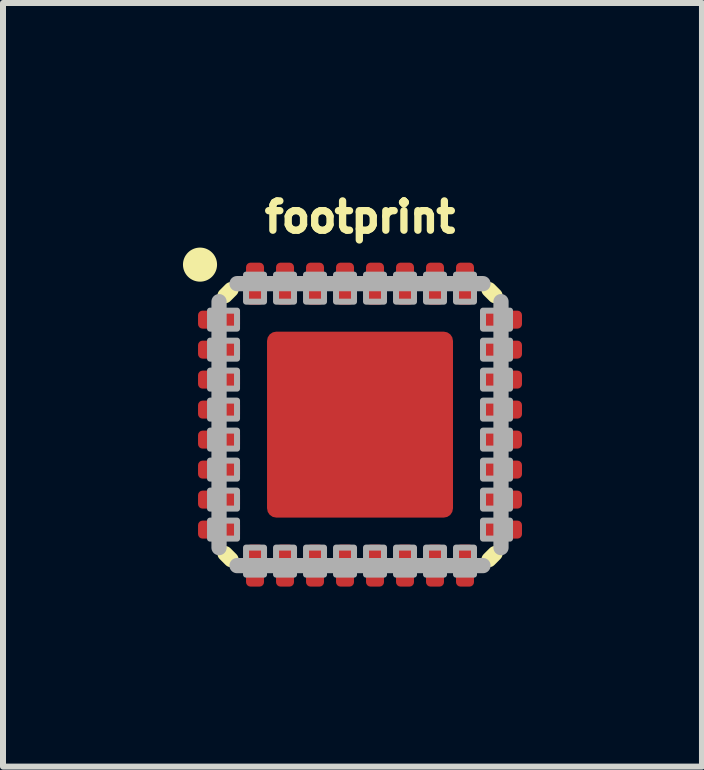
<source format=kicad_pcb>
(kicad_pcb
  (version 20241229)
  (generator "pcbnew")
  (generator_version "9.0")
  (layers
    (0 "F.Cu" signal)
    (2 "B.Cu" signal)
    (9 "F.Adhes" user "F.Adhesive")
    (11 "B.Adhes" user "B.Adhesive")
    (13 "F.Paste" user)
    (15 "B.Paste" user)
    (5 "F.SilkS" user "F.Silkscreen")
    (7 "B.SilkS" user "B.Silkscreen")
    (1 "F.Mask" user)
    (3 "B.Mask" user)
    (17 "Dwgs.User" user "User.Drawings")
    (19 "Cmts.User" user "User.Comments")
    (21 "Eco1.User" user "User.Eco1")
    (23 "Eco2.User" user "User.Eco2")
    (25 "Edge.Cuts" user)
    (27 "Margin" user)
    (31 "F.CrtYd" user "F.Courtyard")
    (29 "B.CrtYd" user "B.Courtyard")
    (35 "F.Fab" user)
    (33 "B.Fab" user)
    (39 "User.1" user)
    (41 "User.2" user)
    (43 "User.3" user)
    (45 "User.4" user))
  (footprint "footprint"
    (layer "F.Cu")
    (at 2.951 4.028)
    (property "Reference" "footprint" (at 0 -3.175 0) (layer "F.SilkS") (effects (font (size 0.488 0.488) (thickness 0.122)) (justify bottom)))
    (fp_line (start -2.25 -2.15) (end -2.15 -2.25) (stroke (width 0.254) (type solid)) (layer "F.SilkS"))
    (fp_line (start -2.15 2.25) (end -2.25 2.15) (stroke (width 0.254) (type solid)) (layer "F.SilkS"))
    (fp_line (start 2.15 -2.25) (end 2.25 -2.15) (stroke (width 0.254) (type solid)) (layer "F.SilkS"))
    (fp_line (start 2.25 2.15) (end 2.15 2.25) (stroke (width 0.254) (type solid)) (layer "F.SilkS"))
    (fp_circle (center -2.667 -2.667) (end -2.525 -2.667) (stroke (width 0.284) (type solid)) (fill yes) (layer "F.SilkS"))
    (fp_poly (pts (xy -1.27 1.27) (xy 1.27 1.27) (xy 1.27 -1.27) (xy -1.27 -1.27)) (stroke (width 0) (type solid)) (fill yes) (layer "F.Paste"))
    (fp_line (start -2.35 2.05) (end -2.35 -2.05) (stroke (width 0.254) (type solid)) (layer "F.Fab"))
    (fp_line (start -2.05 -2.35) (end 2.05 -2.35) (stroke (width 0.254) (type solid)) (layer "F.Fab"))
    (fp_line (start 2.05 2.35) (end -2.05 2.35) (stroke (width 0.254) (type solid)) (layer "F.Fab"))
    (fp_line (start 2.35 -2.05) (end 2.35 2.05) (stroke (width 0.254) (type solid)) (layer "F.Fab"))
    (fp_poly (pts (xy -2.5 -1.6) (xy -2.05 -1.6) (xy -2.05 -1.9) (xy -2.5 -1.9)) (stroke (width 0.1) (type solid)) (fill no) (layer "F.Fab"))
    (fp_poly (pts (xy -2.5 -1.1) (xy -2.05 -1.1) (xy -2.05 -1.4) (xy -2.5 -1.4)) (stroke (width 0.1) (type solid)) (fill no) (layer "F.Fab"))
    (fp_poly (pts (xy -2.5 -0.6) (xy -2.05 -0.6) (xy -2.05 -0.9) (xy -2.5 -0.9)) (stroke (width 0.1) (type solid)) (fill no) (layer "F.Fab"))
    (fp_poly (pts (xy -2.5 -0.1) (xy -2.05 -0.1) (xy -2.05 -0.4) (xy -2.5 -0.4)) (stroke (width 0.1) (type solid)) (fill no) (layer "F.Fab"))
    (fp_poly (pts (xy -2.5 0.4) (xy -2.05 0.4) (xy -2.05 0.1) (xy -2.5 0.1)) (stroke (width 0.1) (type solid)) (fill no) (layer "F.Fab"))
    (fp_poly (pts (xy -2.5 0.9) (xy -2.05 0.9) (xy -2.05 0.6) (xy -2.5 0.6)) (stroke (width 0.1) (type solid)) (fill no) (layer "F.Fab"))
    (fp_poly (pts (xy -2.5 1.4) (xy -2.05 1.4) (xy -2.05 1.1) (xy -2.5 1.1)) (stroke (width 0.1) (type solid)) (fill no) (layer "F.Fab"))
    (fp_poly (pts (xy -2.5 1.9) (xy -2.05 1.9) (xy -2.05 1.6) (xy -2.5 1.6)) (stroke (width 0.1) (type solid)) (fill no) (layer "F.Fab"))
    (fp_poly (pts (xy -1.9 -2.05) (xy -1.6 -2.05) (xy -1.6 -2.5) (xy -1.9 -2.5)) (stroke (width 0.1) (type solid)) (fill no) (layer "F.Fab"))
    (fp_poly (pts (xy -1.9 2.5) (xy -1.6 2.5) (xy -1.6 2.05) (xy -1.9 2.05)) (stroke (width 0.1) (type solid)) (fill no) (layer "F.Fab"))
    (fp_poly (pts (xy -1.4 -2.05) (xy -1.1 -2.05) (xy -1.1 -2.5) (xy -1.4 -2.5)) (stroke (width 0.1) (type solid)) (fill no) (layer "F.Fab"))
    (fp_poly (pts (xy -1.4 2.5) (xy -1.1 2.5) (xy -1.1 2.05) (xy -1.4 2.05)) (stroke (width 0.1) (type solid)) (fill no) (layer "F.Fab"))
    (fp_poly (pts (xy -0.9 -2.05) (xy -0.6 -2.05) (xy -0.6 -2.5) (xy -0.9 -2.5)) (stroke (width 0.1) (type solid)) (fill no) (layer "F.Fab"))
    (fp_poly (pts (xy -0.9 2.5) (xy -0.6 2.5) (xy -0.6 2.05) (xy -0.9 2.05)) (stroke (width 0.1) (type solid)) (fill no) (layer "F.Fab"))
    (fp_poly (pts (xy -0.4 -2.05) (xy -0.1 -2.05) (xy -0.1 -2.5) (xy -0.4 -2.5)) (stroke (width 0.1) (type solid)) (fill no) (layer "F.Fab"))
    (fp_poly (pts (xy -0.4 2.5) (xy -0.1 2.5) (xy -0.1 2.05) (xy -0.4 2.05)) (stroke (width 0.1) (type solid)) (fill no) (layer "F.Fab"))
    (fp_poly (pts (xy 0.1 -2.05) (xy 0.4 -2.05) (xy 0.4 -2.5) (xy 0.1 -2.5)) (stroke (width 0.1) (type solid)) (fill no) (layer "F.Fab"))
    (fp_poly (pts (xy 0.1 2.5) (xy 0.4 2.5) (xy 0.4 2.05) (xy 0.1 2.05)) (stroke (width 0.1) (type solid)) (fill no) (layer "F.Fab"))
    (fp_poly (pts (xy 0.6 -2.05) (xy 0.9 -2.05) (xy 0.9 -2.5) (xy 0.6 -2.5)) (stroke (width 0.1) (type solid)) (fill no) (layer "F.Fab"))
    (fp_poly (pts (xy 0.6 2.5) (xy 0.9 2.5) (xy 0.9 2.05) (xy 0.6 2.05)) (stroke (width 0.1) (type solid)) (fill no) (layer "F.Fab"))
    (fp_poly (pts (xy 1.1 -2.05) (xy 1.4 -2.05) (xy 1.4 -2.5) (xy 1.1 -2.5)) (stroke (width 0.1) (type solid)) (fill no) (layer "F.Fab"))
    (fp_poly (pts (xy 1.1 2.5) (xy 1.4 2.5) (xy 1.4 2.05) (xy 1.1 2.05)) (stroke (width 0.1) (type solid)) (fill no) (layer "F.Fab"))
    (fp_poly (pts (xy 1.6 -2.05) (xy 1.9 -2.05) (xy 1.9 -2.5) (xy 1.6 -2.5)) (stroke (width 0.1) (type solid)) (fill no) (layer "F.Fab"))
    (fp_poly (pts (xy 1.6 2.5) (xy 1.9 2.5) (xy 1.9 2.05) (xy 1.6 2.05)) (stroke (width 0.1) (type solid)) (fill no) (layer "F.Fab"))
    (fp_poly (pts (xy 2.05 -1.6) (xy 2.5 -1.6) (xy 2.5 -1.9) (xy 2.05 -1.9)) (stroke (width 0.1) (type solid)) (fill no) (layer "F.Fab"))
    (fp_poly (pts (xy 2.05 -1.1) (xy 2.5 -1.1) (xy 2.5 -1.4) (xy 2.05 -1.4)) (stroke (width 0.1) (type solid)) (fill no) (layer "F.Fab"))
    (fp_poly (pts (xy 2.05 -0.6) (xy 2.5 -0.6) (xy 2.5 -0.9) (xy 2.05 -0.9)) (stroke (width 0.1) (type solid)) (fill no) (layer "F.Fab"))
    (fp_poly (pts (xy 2.05 -0.1) (xy 2.5 -0.1) (xy 2.5 -0.4) (xy 2.05 -0.4)) (stroke (width 0.1) (type solid)) (fill no) (layer "F.Fab"))
    (fp_poly (pts (xy 2.05 0.4) (xy 2.5 0.4) (xy 2.5 0.1) (xy 2.05 0.1)) (stroke (width 0.1) (type solid)) (fill no) (layer "F.Fab"))
    (fp_poly (pts (xy 2.05 0.9) (xy 2.5 0.9) (xy 2.5 0.6) (xy 2.05 0.6)) (stroke (width 0.1) (type solid)) (fill no) (layer "F.Fab"))
    (fp_poly (pts (xy 2.05 1.4) (xy 2.5 1.4) (xy 2.5 1.1) (xy 2.05 1.1)) (stroke (width 0.1) (type solid)) (fill no) (layer "F.Fab"))
    (fp_poly (pts (xy 2.05 1.9) (xy 2.5 1.9) (xy 2.5 1.6) (xy 2.05 1.6)) (stroke (width 0.1) (type solid)) (fill no) (layer "F.Fab"))
    (pad "1" smd roundrect (at -2.35 -1.75) (size 0.7 0.3) (layers "F.Cu" "F.Mask" "F.Paste") (roundrect_rratio 0.25))
    (pad "2" smd roundrect (at -2.35 -1.25) (size 0.7 0.3) (layers "F.Cu" "F.Mask" "F.Paste") (roundrect_rratio 0.25))
    (pad "3" smd roundrect (at -2.35 -0.75) (size 0.7 0.3) (layers "F.Cu" "F.Mask" "F.Paste") (roundrect_rratio 0.25))
    (pad "4" smd roundrect (at -2.35 -0.25) (size 0.7 0.3) (layers "F.Cu" "F.Mask" "F.Paste") (roundrect_rratio 0.25))
    (pad "5" smd roundrect (at -2.35 0.25) (size 0.7 0.3) (layers "F.Cu" "F.Mask" "F.Paste") (roundrect_rratio 0.25))
    (pad "6" smd roundrect (at -2.35 0.75) (size 0.7 0.3) (layers "F.Cu" "F.Mask" "F.Paste") (roundrect_rratio 0.25))
    (pad "7" smd roundrect (at -2.35 1.25) (size 0.7 0.3) (layers "F.Cu" "F.Mask" "F.Paste") (roundrect_rratio 0.25))
    (pad "8" smd roundrect (at -2.35 1.75) (size 0.7 0.3) (layers "F.Cu" "F.Mask" "F.Paste") (roundrect_rratio 0.25))
    (pad "9" smd roundrect (at -1.75 2.35) (size 0.3 0.7) (layers "F.Cu" "F.Mask" "F.Paste") (roundrect_rratio 0.25))
    (pad "10" smd roundrect (at -1.25 2.35) (size 0.3 0.7) (layers "F.Cu" "F.Mask" "F.Paste") (roundrect_rratio 0.25))
    (pad "11" smd roundrect (at -0.75 2.35) (size 0.3 0.7) (layers "F.Cu" "F.Mask" "F.Paste") (roundrect_rratio 0.25))
    (pad "12" smd roundrect (at -0.25 2.35) (size 0.3 0.7) (layers "F.Cu" "F.Mask" "F.Paste") (roundrect_rratio 0.25))
    (pad "13" smd roundrect (at 0.25 2.35) (size 0.3 0.7) (layers "F.Cu" "F.Mask" "F.Paste") (roundrect_rratio 0.25))
    (pad "14" smd roundrect (at 0.75 2.35) (size 0.3 0.7) (layers "F.Cu" "F.Mask" "F.Paste") (roundrect_rratio 0.25))
    (pad "15" smd roundrect (at 1.25 2.35) (size 0.3 0.7) (layers "F.Cu" "F.Mask" "F.Paste") (roundrect_rratio 0.25))
    (pad "16" smd roundrect (at 1.75 2.35) (size 0.3 0.7) (layers "F.Cu" "F.Mask" "F.Paste") (roundrect_rratio 0.25))
    (pad "17" smd roundrect (at 2.35 1.75) (size 0.7 0.3) (layers "F.Cu" "F.Mask" "F.Paste") (roundrect_rratio 0.25))
    (pad "18" smd roundrect (at 2.35 1.25) (size 0.7 0.3) (layers "F.Cu" "F.Mask" "F.Paste") (roundrect_rratio 0.25))
    (pad "19" smd roundrect (at 2.35 0.75) (size 0.7 0.3) (layers "F.Cu" "F.Mask" "F.Paste") (roundrect_rratio 0.25))
    (pad "20" smd roundrect (at 2.35 0.25) (size 0.7 0.3) (layers "F.Cu" "F.Mask" "F.Paste") (roundrect_rratio 0.25))
    (pad "21" smd roundrect (at 2.35 -0.25) (size 0.7 0.3) (layers "F.Cu" "F.Mask" "F.Paste") (roundrect_rratio 0.25))
    (pad "22" smd roundrect (at 2.35 -0.75) (size 0.7 0.3) (layers "F.Cu" "F.Mask" "F.Paste") (roundrect_rratio 0.25))
    (pad "23" smd roundrect (at 2.35 -1.25) (size 0.7 0.3) (layers "F.Cu" "F.Mask" "F.Paste") (roundrect_rratio 0.25))
    (pad "24" smd roundrect (at 2.35 -1.75) (size 0.7 0.3) (layers "F.Cu" "F.Mask" "F.Paste") (roundrect_rratio 0.25))
    (pad "25" smd roundrect (at 1.75 -2.35) (size 0.3 0.7) (layers "F.Cu" "F.Mask" "F.Paste") (roundrect_rratio 0.25))
    (pad "26" smd roundrect (at 1.25 -2.35) (size 0.3 0.7) (layers "F.Cu" "F.Mask" "F.Paste") (roundrect_rratio 0.25))
    (pad "27" smd roundrect (at 0.75 -2.35) (size 0.3 0.7) (layers "F.Cu" "F.Mask" "F.Paste") (roundrect_rratio 0.25))
    (pad "28" smd roundrect (at 0.25 -2.35) (size 0.3 0.7) (layers "F.Cu" "F.Mask" "F.Paste") (roundrect_rratio 0.25))
    (pad "29" smd roundrect (at -0.25 -2.35) (size 0.3 0.7) (layers "F.Cu" "F.Mask" "F.Paste") (roundrect_rratio 0.25))
    (pad "30" smd roundrect (at -0.75 -2.35) (size 0.3 0.7) (layers "F.Cu" "F.Mask" "F.Paste") (roundrect_rratio 0.25))
    (pad "31" smd roundrect (at -1.25 -2.35) (size 0.3 0.7) (layers "F.Cu" "F.Mask" "F.Paste") (roundrect_rratio 0.25))
    (pad "32" smd roundrect (at -1.75 -2.35) (size 0.3 0.7) (layers "F.Cu" "F.Mask" "F.Paste") (roundrect_rratio 0.25))
    (pad "33" smd roundrect (at 0 0) (size 3.1 3.1) (layers "F.Cu" "F.Mask") (roundrect_rratio 0.05)))
  (gr_rect
    (start -3 -3)
    (end 8.651 9.728)
    (stroke (width 0.1) (type default))
    (fill no)
    (layer "Edge.Cuts")))
</source>
